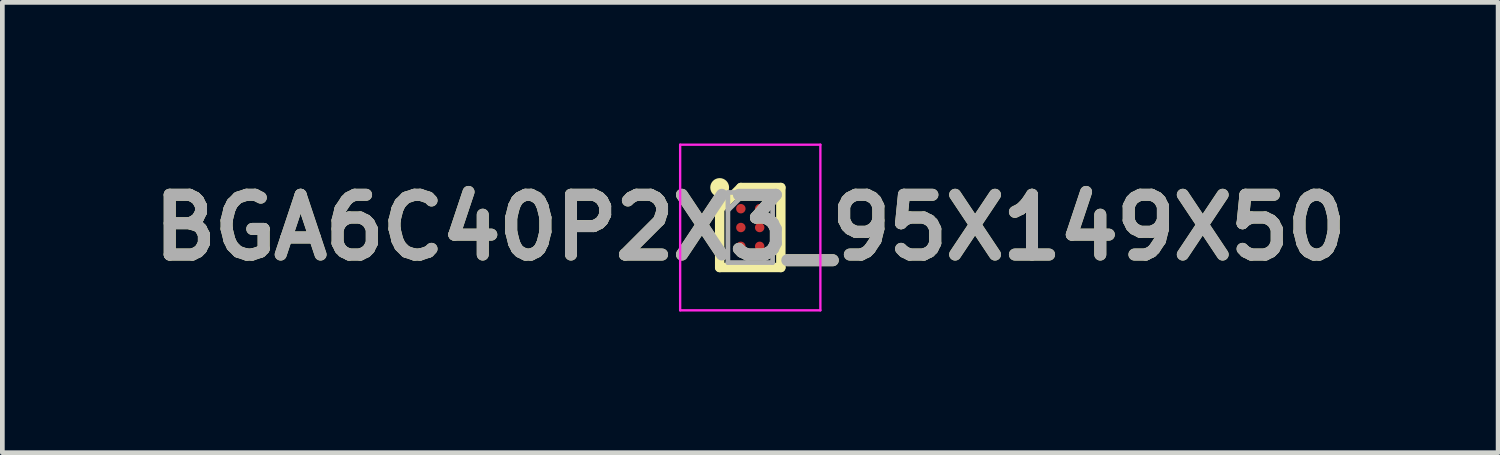
<source format=kicad_pcb>
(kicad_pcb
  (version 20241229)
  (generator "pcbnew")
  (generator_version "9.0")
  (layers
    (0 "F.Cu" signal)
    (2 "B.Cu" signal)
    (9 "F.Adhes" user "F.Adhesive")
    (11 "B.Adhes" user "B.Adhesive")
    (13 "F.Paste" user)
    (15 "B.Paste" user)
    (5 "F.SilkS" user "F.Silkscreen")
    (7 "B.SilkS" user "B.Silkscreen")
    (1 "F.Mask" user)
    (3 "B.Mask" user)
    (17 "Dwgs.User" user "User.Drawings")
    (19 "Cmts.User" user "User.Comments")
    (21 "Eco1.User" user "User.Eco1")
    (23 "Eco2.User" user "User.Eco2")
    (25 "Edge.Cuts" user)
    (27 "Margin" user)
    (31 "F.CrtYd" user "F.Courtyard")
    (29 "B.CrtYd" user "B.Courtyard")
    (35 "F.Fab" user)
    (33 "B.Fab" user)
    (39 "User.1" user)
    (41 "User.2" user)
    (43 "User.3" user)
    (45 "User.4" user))
  (footprint "BGA6C40P2X3_95X149X50"
    (layer "F.Cu")
    (at 12.894 1.785)
    (property "Reference" "BGA6C40P2X3_95X149X50" (at 0 0 0) (layer "F.SilkS") (effects (font (size 1.27 1.27) (thickness 0.254))))
    (attr smd)
    (fp_line (start -0.65 -0.4) (end -0.2 -0.85) (stroke (width 0.2) (type solid)) (layer "F.SilkS"))
    (fp_line (start -0.65 0.85) (end -0.65 -0.4) (stroke (width 0.2) (type solid)) (layer "F.SilkS"))
    (fp_line (start -0.2 -0.85) (end 0.65 -0.85) (stroke (width 0.2) (type solid)) (layer "F.SilkS"))
    (fp_line (start 0.65 -0.85) (end 0.65 0.85) (stroke (width 0.2) (type solid)) (layer "F.SilkS"))
    (fp_line (start 0.65 0.85) (end -0.65 0.85) (stroke (width 0.2) (type solid)) (layer "F.SilkS"))
    (fp_circle (center -0.65 -0.85) (end -0.65 -0.75) (stroke (width 0.2) (type solid)) (fill no) (layer "F.SilkS"))
    (fp_line (start -1.49 -1.76) (end 1.49 -1.76) (stroke (width 0.05) (type solid)) (layer "F.CrtYd"))
    (fp_line (start -1.49 1.76) (end -1.49 -1.76) (stroke (width 0.05) (type solid)) (layer "F.CrtYd"))
    (fp_line (start 1.49 -1.76) (end 1.49 1.76) (stroke (width 0.05) (type solid)) (layer "F.CrtYd"))
    (fp_line (start 1.49 1.76) (end -1.49 1.76) (stroke (width 0.05) (type solid)) (layer "F.CrtYd"))
    (fp_line (start -0.475 -0.745) (end 0.475 -0.745) (stroke (width 0.1) (type solid)) (layer "F.Fab"))
    (fp_line (start -0.475 -0.365) (end -0.095 -0.745) (stroke (width 0.1) (type solid)) (layer "F.Fab"))
    (fp_line (start -0.475 0.745) (end -0.475 -0.745) (stroke (width 0.1) (type solid)) (layer "F.Fab"))
    (fp_line (start 0.475 -0.745) (end 0.475 0.745) (stroke (width 0.1) (type solid)) (layer "F.Fab"))
    (fp_line (start 0.475 0.745) (end -0.475 0.745) (stroke (width 0.1) (type solid)) (layer "F.Fab"))
    (fp_text user "${REFERENCE}" (at 0 0 0) (layer "F.Fab") (effects (font (size 1.27 1.27) (thickness 0.254))))
    (pad "A1" smd circle (at -0.2 -0.4 90) (size 0.2 0.2) (layers "F.Cu" "F.Mask" "F.Paste"))
    (pad "A2" smd circle (at 0.2 -0.4 90) (size 0.2 0.2) (layers "F.Cu" "F.Mask" "F.Paste"))
    (pad "B1" smd circle (at -0.2 0 90) (size 0.2 0.2) (layers "F.Cu" "F.Mask" "F.Paste"))
    (pad "B2" smd circle (at 0.2 0 90) (size 0.2 0.2) (layers "F.Cu" "F.Mask" "F.Paste"))
    (pad "C1" smd circle (at -0.2 0.4 90) (size 0.2 0.2) (layers "F.Cu" "F.Mask" "F.Paste"))
    (pad "C2" smd circle (at 0.2 0.4 90) (size 0.2 0.2) (layers "F.Cu" "F.Mask" "F.Paste")))
  (gr_rect
    (start -3 -3)
    (end 28.787 6.57)
    (stroke (width 0.1) (type default))
    (fill no)
    (layer "Edge.Cuts")))
</source>
